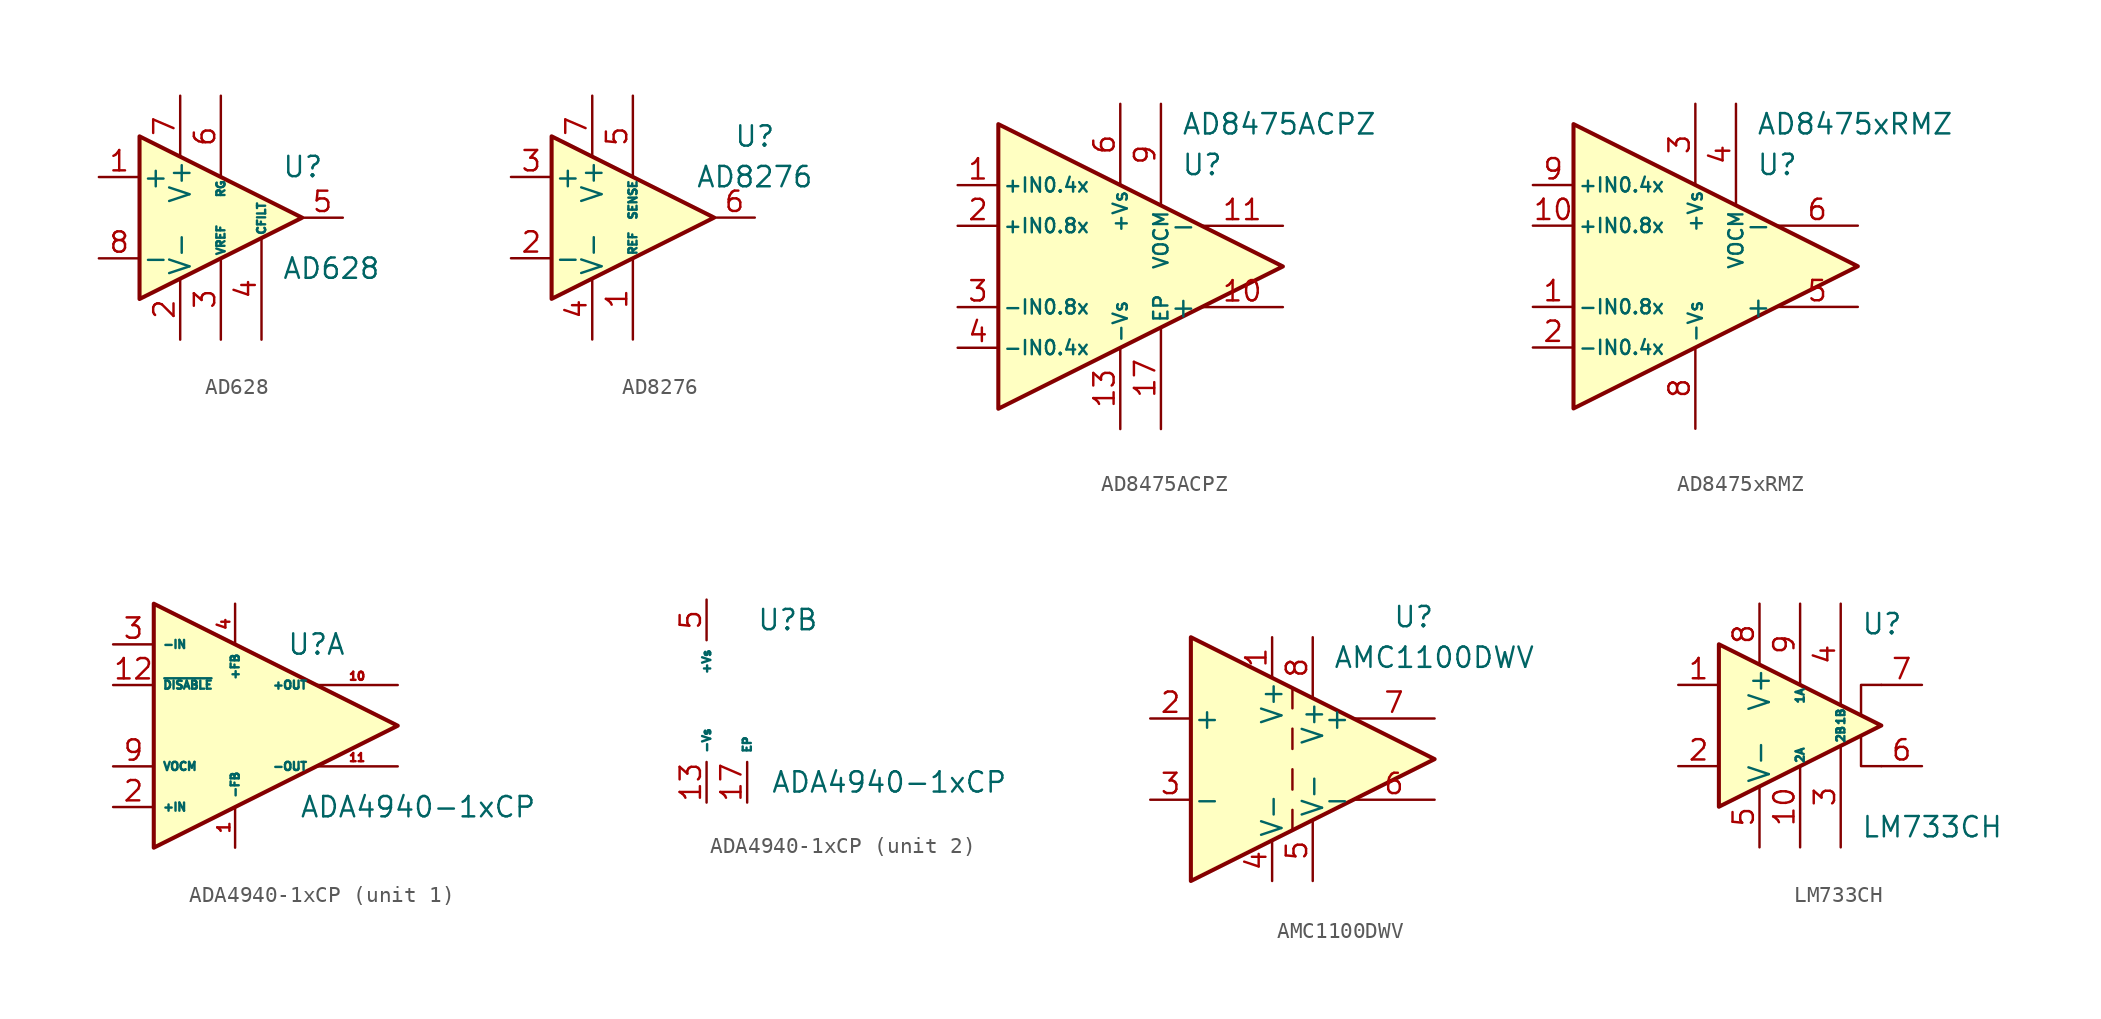
<source format=kicad_sym>
(kicad_symbol_lib
  (version 20220914)
  (generator kicad_symbol_editor)
  (symbol "AD628"
    (pin_names
      (offset 0.127))
    (property "Reference" "U"
      (at 3.81 3.175 0)
      (effects (font (size 1.27 1.27)) (justify left)))
    (property "Value" "AD628"
      (at 3.81 -3.175 0)
      (effects (font (size 1.27 1.27)) (justify left)))
    (symbol "AD628_0_1"
      (polyline (pts (xy 5.08 0) (xy -5.08 5.08) (xy -5.08 -5.08) (xy 5.08 0)) (stroke (width 0.254) (type default)) (fill (type background))))
    (symbol "AD628_1_1"
      (pin input line (at -7.62 2.54 0) (length 2.54) (name "+" (effects (font (size 1.27 1.27)))) (number "1" (effects (font (size 1.27 1.27)))))
      (pin power_in line (at -2.54 -7.62 90) (length 3.81) (name "V-" (effects (font (size 1.27 1.27)))) (number "2" (effects (font (size 1.27 1.27)))))
      (pin passive line (at 0 -7.62 90) (length 5.08) (name "VREF" (effects (font (size 0.508 0.508)))) (number "3" (effects (font (size 1.27 1.27)))))
      (pin passive line (at 2.54 -7.62 90) (length 6.35) (name "CFILT" (effects (font (size 0.508 0.508)))) (number "4" (effects (font (size 1.27 1.27)))))
      (pin output line (at 7.62 0 180) (length 2.54) (name "~" (effects (font (size 1.27 1.27)))) (number "5" (effects (font (size 1.27 1.27)))))
      (pin passive line (at 0 7.62 270) (length 5.08) (name "RG" (effects (font (size 0.508 0.508)))) (number "6" (effects (font (size 1.27 1.27)))))
      (pin power_in line (at -2.54 7.62 270) (length 3.81) (name "V+" (effects (font (size 1.27 1.27)))) (number "7" (effects (font (size 1.27 1.27)))))
      (pin input line (at -7.62 -2.54 0) (length 2.54) (name "-" (effects (font (size 1.27 1.27)))) (number "8" (effects (font (size 1.27 1.27)))))))
  (symbol "AD8276"
    (pin_names
      (offset 0.127))
    (property "Reference" "U"
      (at 7.62 5.08 0)
      (effects (font (size 1.27 1.27))))
    (property "Value" "AD8276"
      (at 7.62 2.54 0)
      (effects (font (size 1.27 1.27))))
    (symbol "AD8276_0_1"
      (polyline (pts (xy -5.08 5.08) (xy 5.08 0) (xy -5.08 -5.08) (xy -5.08 5.08)) (stroke (width 0.254) (type default)) (fill (type background))))
    (symbol "AD8276_1_1"
      (pin passive line (at 0 -7.62 90) (length 5.08) (name "REF" (effects (font (size 0.508 0.508)))) (number "1" (effects (font (size 1.27 1.27)))))
      (pin passive line (at -7.62 -2.54 0) (length 2.54) (name "-" (effects (font (size 1.27 1.27)))) (number "2" (effects (font (size 1.27 1.27)))))
      (pin passive line (at -7.62 2.54 0) (length 2.54) (name "+" (effects (font (size 1.27 1.27)))) (number "3" (effects (font (size 1.27 1.27)))))
      (pin power_in line (at -2.54 -7.62 90) (length 3.81) (name "V-" (effects (font (size 1.27 1.27)))) (number "4" (effects (font (size 1.27 1.27)))))
      (pin passive line (at 0 7.62 270) (length 5.08) (name "SENSE" (effects (font (size 0.508 0.508)))) (number "5" (effects (font (size 1.27 1.27)))))
      (pin output line (at 7.62 0 180) (length 2.54) (name "~" (effects (font (size 1.27 1.27)))) (number "6" (effects (font (size 1.27 1.27)))))
      (pin power_in line (at -2.54 7.62 270) (length 3.81) (name "V+" (effects (font (size 1.27 1.27)))) (number "7" (effects (font (size 1.27 1.27)))))
      (pin no_connect line (at -5.08 0 0) (length 2.54) hide (name "~" (effects (font (size 1.27 1.27)))) (number "8" (effects (font (size 1.27 1.27)))))))
  (symbol "AD8475ACPZ"
    (pin_names
      (offset 0.254))
    (property "Reference" "U"
      (at 3.81 6.35 0)
      (effects (font (size 1.27 1.27)) (justify left)))
    (property "Value" "AD8475ACPZ"
      (at 3.81 8.89 0)
      (effects (font (size 1.27 1.27)) (justify left)))
    (symbol "AD8475ACPZ_0_1"
      (polyline (pts (xy -7.62 8.89) (xy -7.62 -8.89) (xy 10.16 0) (xy -7.62 8.89)) (stroke (width 0.254) (type default)) (fill (type background))))
    (symbol "AD8475ACPZ_1_1"
      (pin input line (at -10.16 5.08 0) (length 2.54) (name "+IN0.4x" (effects (font (size 0.889 0.889)))) (number "1" (effects (font (size 1.27 1.27)))))
      (pin output line (at 10.16 -2.54 180) (length 5.08) (name "+" (effects (font (size 1.27 1.27)))) (number "10" (effects (font (size 1.27 1.27)))))
      (pin output line (at 10.16 2.54 180) (length 5.08) (name "-" (effects (font (size 1.27 1.27)))) (number "11" (effects (font (size 1.27 1.27)))))
      (pin no_connect line (at -7.62 -7.62 0) (length 2.54) hide (name "NC" (effects (font (size 1.27 1.27)))) (number "12" (effects (font (size 1.27 1.27)))))
      (pin power_in line (at 0 -10.16 90) (length 5.08) (name "-Vs" (effects (font (size 0.889 0.889)))) (number "13" (effects (font (size 1.27 1.27)))))
      (pin passive line (at 0 -10.16 90) (length 5.08) hide (name "-Vs" (effects (font (size 0.889 0.889)))) (number "14" (effects (font (size 1.27 1.27)))))
      (pin passive line (at 0 -10.16 90) (length 5.08) hide (name "-Vs" (effects (font (size 0.889 0.889)))) (number "15" (effects (font (size 1.27 1.27)))))
      (pin input line (at -10.16 5.08 0) (length 2.54) hide (name "+IN0.4x" (effects (font (size 0.889 0.889)))) (number "16" (effects (font (size 1.27 1.27)))))
      (pin passive line (at 2.54 -10.16 90) (length 6.35) (name "EP" (effects (font (size 0.889 0.889)))) (number "17" (effects (font (size 1.27 1.27)))))
      (pin input line (at -10.16 2.54 0) (length 2.54) (name "+IN0.8x" (effects (font (size 0.889 0.889)))) (number "2" (effects (font (size 1.27 1.27)))))
      (pin input line (at -10.16 -2.54 0) (length 2.54) (name "-IN0.8x" (effects (font (size 0.889 0.889)))) (number "3" (effects (font (size 1.27 1.27)))))
      (pin input line (at -10.16 -5.08 0) (length 2.54) (name "-IN0.4x" (effects (font (size 0.889 0.889)))) (number "4" (effects (font (size 1.27 1.27)))))
      (pin input line (at -10.16 -5.08 0) (length 2.54) hide (name "-IN0.4x" (effects (font (size 0.889 0.889)))) (number "5" (effects (font (size 1.27 1.27)))))
      (pin power_in line (at 0 10.16 270) (length 5.08) (name "+Vs" (effects (font (size 0.889 0.889)))) (number "6" (effects (font (size 1.27 1.27)))))
      (pin passive line (at 0 10.16 270) (length 5.08) hide (name "+Vs" (effects (font (size 0.889 0.889)))) (number "7" (effects (font (size 1.27 1.27)))))
      (pin passive line (at 0 10.16 270) (length 5.08) hide (name "+Vs" (effects (font (size 0.889 0.889)))) (number "8" (effects (font (size 1.27 1.27)))))
      (pin power_in line (at 2.54 10.16 270) (length 6.35) (name "VOCM" (effects (font (size 0.889 0.889)))) (number "9" (effects (font (size 1.27 1.27)))))))
  (symbol "AD8475xRMZ"
    (pin_names
      (offset 0.254))
    (property "Reference" "U"
      (at 3.81 6.35 0)
      (effects (font (size 1.27 1.27)) (justify left)))
    (property "Value" "AD8475xRMZ"
      (at 3.81 8.89 0)
      (effects (font (size 1.27 1.27)) (justify left)))
    (symbol "AD8475xRMZ_0_1"
      (polyline (pts (xy -7.62 8.89) (xy -7.62 -8.89) (xy 10.16 0) (xy -7.62 8.89)) (stroke (width 0.254) (type default)) (fill (type background))))
    (symbol "AD8475xRMZ_1_1"
      (pin input line (at -10.16 -2.54 0) (length 2.54) (name "-IN0.8x" (effects (font (size 0.889 0.889)))) (number "1" (effects (font (size 1.27 1.27)))))
      (pin input line (at -10.16 2.54 0) (length 2.54) (name "+IN0.8x" (effects (font (size 0.889 0.889)))) (number "10" (effects (font (size 1.27 1.27)))))
      (pin input line (at -10.16 -5.08 0) (length 2.54) (name "-IN0.4x" (effects (font (size 0.889 0.889)))) (number "2" (effects (font (size 1.27 1.27)))))
      (pin power_in line (at 0 10.16 270) (length 5.08) (name "+Vs" (effects (font (size 0.889 0.889)))) (number "3" (effects (font (size 1.27 1.27)))))
      (pin power_in line (at 2.54 10.16 270) (length 6.35) (name "VOCM" (effects (font (size 0.889 0.889)))) (number "4" (effects (font (size 1.27 1.27)))))
      (pin output line (at 10.16 -2.54 180) (length 5.08) (name "+" (effects (font (size 1.27 1.27)))) (number "5" (effects (font (size 1.27 1.27)))))
      (pin output line (at 10.16 2.54 180) (length 5.08) (name "-" (effects (font (size 1.27 1.27)))) (number "6" (effects (font (size 1.27 1.27)))))
      (pin no_connect line (at -7.62 -7.62 0) (length 2.54) hide (name "NC" (effects (font (size 1.27 1.27)))) (number "7" (effects (font (size 1.27 1.27)))))
      (pin power_in line (at 0 -10.16 90) (length 5.08) (name "-Vs" (effects (font (size 0.889 0.889)))) (number "8" (effects (font (size 1.27 1.27)))))
      (pin input line (at -10.16 5.08 0) (length 2.54) (name "+IN0.4x" (effects (font (size 0.889 0.889)))) (number "9" (effects (font (size 1.27 1.27)))))))
  (symbol "ADA4940-1xCP"
    (property "Reference" "U"
      (at 5.08 5.08 0)
      (effects (font (size 1.27 1.27))))
    (property "Value" "ADA4940-1xCP"
      (at 11.43 -5.08 0)
      (effects (font (size 1.27 1.27))))
    (symbol "ADA4940-1xCP_1_1"
      (polyline (pts (xy -5.08 7.62) (xy -5.08 -7.62) (xy 10.16 0) (xy -5.08 7.62)) (stroke (width 0.254) (type default)) (fill (type background)))
      (pin input line (at 0 -7.62 90) (length 2.54) (name "-FB" (effects (font (size 0.508 0.508)))) (number "1" (effects (font (size 0.762 0.762)))))
      (pin output line (at 10.16 2.54 180) (length 5.08) (name "+OUT" (effects (font (size 0.508 0.508)))) (number "10" (effects (font (size 0.508 0.508)))))
      (pin output line (at 10.16 -2.54 180) (length 5.08) (name "-OUT" (effects (font (size 0.508 0.508)))) (number "11" (effects (font (size 0.508 0.508)))))
      (pin input line (at -7.62 2.54 0) (length 2.54) (name "~{DISABLE}" (effects (font (size 0.508 0.508)))) (number "12" (effects (font (size 1.27 1.27)))))
      (pin input line (at -7.62 -5.08 0) (length 2.54) (name "+IN" (effects (font (size 0.508 0.508)))) (number "2" (effects (font (size 1.27 1.27)))))
      (pin input line (at -7.62 5.08 0) (length 2.54) (name "-IN" (effects (font (size 0.508 0.508)))) (number "3" (effects (font (size 1.27 1.27)))))
      (pin input line (at 0 7.62 270) (length 2.54) (name "+FB" (effects (font (size 0.508 0.508)))) (number "4" (effects (font (size 0.762 0.762)))))
      (pin input line (at -7.62 -2.54 0) (length 2.54) (name "VOCM" (effects (font (size 0.508 0.508)))) (number "9" (effects (font (size 1.27 1.27))))))
    (symbol "ADA4940-1xCP_2_1"
      (pin power_in line (at 0 -6.35 90) (length 2.54) (name "-Vs" (effects (font (size 0.508 0.508)))) (number "13" (effects (font (size 1.27 1.27)))))
      (pin passive line (at 0 -6.35 90) (length 2.54) hide (name "-Vs" (effects (font (size 0.508 0.508)))) (number "14" (effects (font (size 1.27 1.27)))))
      (pin passive line (at 0 -6.35 90) (length 2.54) hide (name "-Vs" (effects (font (size 0.508 0.508)))) (number "15" (effects (font (size 1.27 1.27)))))
      (pin passive line (at 0 -6.35 90) (length 2.54) hide (name "-Vs" (effects (font (size 0.508 0.508)))) (number "16" (effects (font (size 1.27 1.27)))))
      (pin passive line (at 2.54 -6.35 90) (length 2.54) (name "EP" (effects (font (size 0.508 0.508)))) (number "17" (effects (font (size 1.27 1.27)))))
      (pin power_in line (at 0 6.35 270) (length 2.54) (name "+Vs" (effects (font (size 0.508 0.508)))) (number "5" (effects (font (size 1.27 1.27)))))
      (pin passive line (at 0 6.35 270) (length 2.54) hide (name "+Vs" (effects (font (size 0.508 0.508)))) (number "6" (effects (font (size 1.27 1.27)))))
      (pin passive line (at 0 6.35 270) (length 2.54) hide (name "+Vs" (effects (font (size 0.508 0.508)))) (number "7" (effects (font (size 1.27 1.27)))))
      (pin passive line (at 0 6.35 270) (length 2.54) hide (name "+Vs" (effects (font (size 0.508 0.508)))) (number "8" (effects (font (size 1.27 1.27)))))))
  (symbol "AMC1100DWV"
    (pin_names
      (offset 0.127))
    (property "Reference" "U"
      (at 7.62 8.89 0)
      (effects (font (size 1.27 1.27)) (justify right)))
    (property "Value" "AMC1100DWV"
      (at 1.27 6.35 0)
      (effects (font (size 1.27 1.27)) (justify left)))
    (symbol "AMC1100DWV_0_1"
      (polyline (pts (xy -1.27 -3.175) (xy -1.27 -4.445)) (stroke (width 0) (type default)) (fill (type none)))
      (polyline (pts (xy -1.27 -0.635) (xy -1.27 -1.905)) (stroke (width 0) (type default)) (fill (type none)))
      (polyline (pts (xy -1.27 1.905) (xy -1.27 0.635)) (stroke (width 0) (type default)) (fill (type none)))
      (polyline (pts (xy -1.27 4.445) (xy -1.27 3.175)) (stroke (width 0) (type default)) (fill (type none)))
      (polyline (pts (xy -7.62 -7.62) (xy -7.62 7.62) (xy 7.62 0) (xy -7.62 -7.62)) (stroke (width 0.254) (type default)) (fill (type background))))
    (symbol "AMC1100DWV_1_1"
      (pin power_in line (at -2.54 7.62 270) (length 2.54) (name "V+" (effects (font (size 1.27 1.27)))) (number "1" (effects (font (size 1.27 1.27)))))
      (pin input line (at -10.16 2.54 0) (length 2.54) (name "+" (effects (font (size 1.27 1.27)))) (number "2" (effects (font (size 1.27 1.27)))))
      (pin input line (at -10.16 -2.54 0) (length 2.54) (name "-" (effects (font (size 1.27 1.27)))) (number "3" (effects (font (size 1.27 1.27)))))
      (pin power_in line (at -2.54 -7.62 90) (length 2.54) (name "V-" (effects (font (size 1.27 1.27)))) (number "4" (effects (font (size 1.27 1.27)))))
      (pin power_in line (at 0 -7.62 90) (length 3.81) (name "V-" (effects (font (size 1.27 1.27)))) (number "5" (effects (font (size 1.27 1.27)))))
      (pin output line (at 7.62 -2.54 180) (length 5.08) (name "-" (effects (font (size 1.27 1.27)))) (number "6" (effects (font (size 1.27 1.27)))))
      (pin output line (at 7.62 2.54 180) (length 5.08) (name "+" (effects (font (size 1.27 1.27)))) (number "7" (effects (font (size 1.27 1.27)))))
      (pin power_in line (at 0 7.62 270) (length 3.81) (name "V+" (effects (font (size 1.27 1.27)))) (number "8" (effects (font (size 1.27 1.27)))))))
  (symbol "LM733CH"
    (pin_names
      (offset 0.127))
    (property "Reference" "U"
      (at 3.81 6.35 0)
      (effects (font (size 1.27 1.27)) (justify left)))
    (property "Value" "LM733CH"
      (at 3.81 -6.35 0)
      (effects (font (size 1.27 1.27)) (justify left)))
    (symbol "LM733CH_0_1"
      (polyline (pts (xy 5.08 -2.54) (xy 3.81 -2.54) (xy 3.81 -0.635)) (stroke (width 0) (type default)) (fill (type none)))
      (polyline (pts (xy 5.08 2.54) (xy 3.81 2.54) (xy 3.81 0.635)) (stroke (width 0) (type default)) (fill (type none)))
      (polyline (pts (xy 5.08 0) (xy -5.08 5.08) (xy -5.08 -5.08) (xy 5.08 0)) (stroke (width 0.254) (type default)) (fill (type background))))
    (symbol "LM733CH_1_1"
      (pin input line (at -7.62 2.54 0) (length 2.54) (name "~" (effects (font (size 1.27 1.27)))) (number "1" (effects (font (size 1.27 1.27)))))
      (pin passive line (at 0 -7.62 90) (length 5.08) (name "2A" (effects (font (size 0.508 0.508)))) (number "10" (effects (font (size 1.27 1.27)))))
      (pin input line (at -7.62 -2.54 0) (length 2.54) (name "~" (effects (font (size 1.27 1.27)))) (number "2" (effects (font (size 1.27 1.27)))))
      (pin passive line (at 2.54 -7.62 90) (length 6.35) (name "2B" (effects (font (size 0.508 0.508)))) (number "3" (effects (font (size 1.27 1.27)))))
      (pin passive line (at 2.54 7.62 270) (length 6.35) (name "1B" (effects (font (size 0.508 0.508)))) (number "4" (effects (font (size 1.27 1.27)))))
      (pin power_in line (at -2.54 -7.62 90) (length 3.81) (name "V-" (effects (font (size 1.27 1.27)))) (number "5" (effects (font (size 1.27 1.27)))))
      (pin output line (at 7.62 -2.54 180) (length 2.54) (name "~" (effects (font (size 1.27 1.27)))) (number "6" (effects (font (size 1.27 1.27)))))
      (pin output line (at 7.62 2.54 180) (length 2.54) (name "~" (effects (font (size 1.27 1.27)))) (number "7" (effects (font (size 1.27 1.27)))))
      (pin power_in line (at -2.54 7.62 270) (length 3.81) (name "V+" (effects (font (size 1.27 1.27)))) (number "8" (effects (font (size 1.27 1.27)))))
      (pin passive line (at 0 7.62 270) (length 5.08) (name "1A" (effects (font (size 0.508 0.508)))) (number "9" (effects (font (size 1.27 1.27))))))))
</source>
